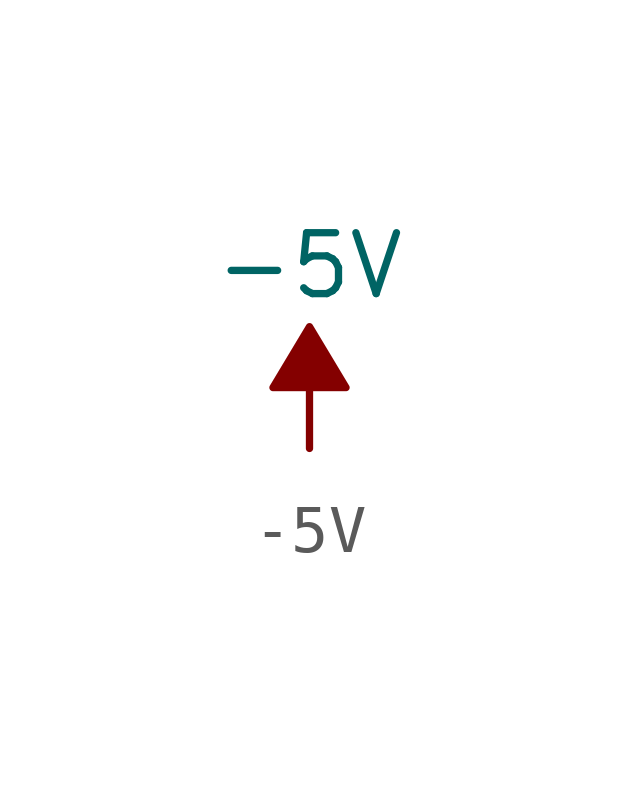
<source format=kicad_sym>
(kicad_symbol_lib
  (version 20241209)
  (generator "kicad_symbol_editor")
  (generator_version "9.0")
  (symbol "-5V"
    (power)
    (pin_names
      (offset 0))
    (property "Reference" "#PWR"
      (at 0 2.54 0)
      (effects (font (size 1.27 1.27)) (hide yes)))
    (property "Value" "-5V"
      (at 0 3.81 0)
      (effects (font (size 1.27 1.27))))
    (symbol "-5V_0_0"
      (pin power_in line (at 0 0 90) (length 0) (hide yes) (name "-5V" (effects (font (size 1.27 1.27)))) (number "1" (effects (font (size 1.27 1.27))))))
    (symbol "-5V_0_1"
      (polyline (pts (xy 0 0) (xy 0 1.27) (xy 0.762 1.27) (xy 0 2.54) (xy -0.762 1.27) (xy 0 1.27)) (stroke (width 0) (type solid)) (fill (type outline))))))
</source>
